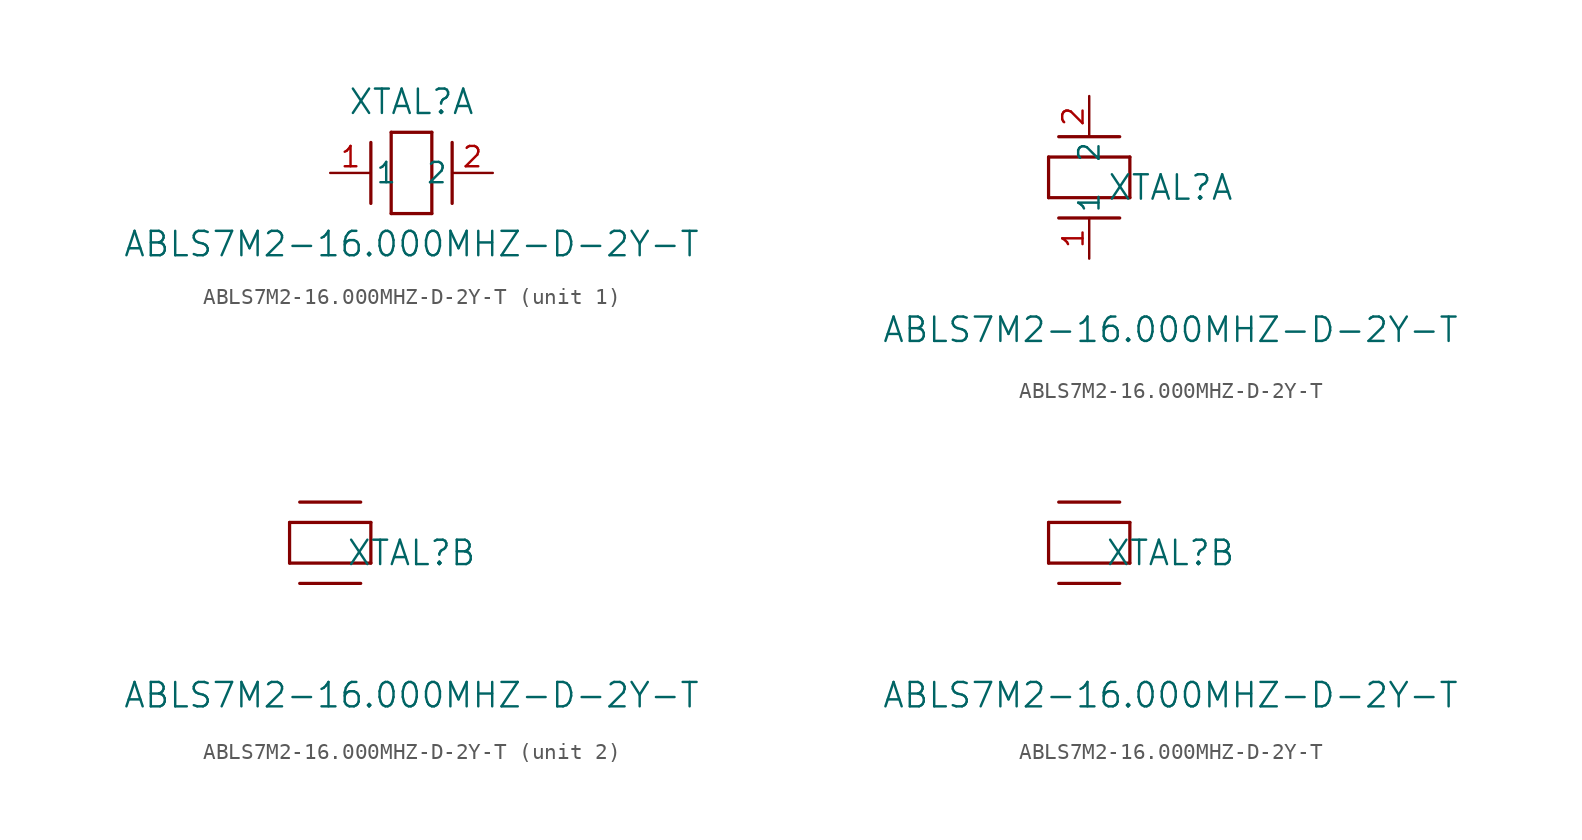
<source format=kicad_sym>
(kicad_symbol_lib
  (version 20211014)
  (generator kicad_symbol_editor)
  (symbol "ABLS7M2-16.000MHZ-D-2Y-T"
    (pin_names
      (offset 0.254))
    (property "Reference" "XTAL"
      (at 5.08 4.445 0)
      (effects (font (size 1.524 1.524))))
    (property "Value" "ABLS7M2-16.000MHZ-D-2Y-T"
      (at 5.08 -4.445 0)
      (effects (font (size 1.524 1.524))))
    (symbol "ABLS7M2-16.000MHZ-D-2Y-T_1_1"
      (polyline (pts (xy 2.54 -1.905) (xy 2.54 1.905)) (stroke (width 0.203) (type default) (color 0 0 0 0)) (fill (type none)))
      (polyline (pts (xy 6.35 2.54) (xy 6.35 -2.54)) (stroke (width 0.203) (type default) (color 0 0 0 0)) (fill (type none)))
      (polyline (pts (xy 7.62 -1.905) (xy 7.62 1.905)) (stroke (width 0.203) (type default) (color 0 0 0 0)) (fill (type none)))
      (polyline (pts (xy 6.35 -2.54) (xy 3.81 -2.54)) (stroke (width 0.203) (type default) (color 0 0 0 0)) (fill (type none)))
      (polyline (pts (xy 3.81 2.54) (xy 6.35 2.54)) (stroke (width 0.203) (type default) (color 0 0 0 0)) (fill (type none)))
      (polyline (pts (xy 3.81 -2.54) (xy 3.81 2.54)) (stroke (width 0.203) (type default) (color 0 0 0 0)) (fill (type none)))
      (pin unspecified line (at 0 0 0) (length 2.54) (name "1" (effects (font (size 1.27 1.27)))) (number "1" (effects (font (size 1.27 1.27)))))
      (pin unspecified line (at 10.16 0 180) (length 2.54) (name "2" (effects (font (size 1.27 1.27)))) (number "2" (effects (font (size 1.27 1.27))))))
    (symbol "ABLS7M2-16.000MHZ-D-2Y-T_1_2"
      (polyline (pts (xy 1.905 7.62) (xy -1.905 7.62)) (stroke (width 0.203) (type default) (color 0 0 0 0)) (fill (type none)))
      (polyline (pts (xy -2.54 3.81) (xy -2.54 6.35)) (stroke (width 0.203) (type default) (color 0 0 0 0)) (fill (type none)))
      (polyline (pts (xy 1.905 2.54) (xy -1.905 2.54)) (stroke (width 0.203) (type default) (color 0 0 0 0)) (fill (type none)))
      (polyline (pts (xy 2.54 6.35) (xy 2.54 3.81)) (stroke (width 0.203) (type default) (color 0 0 0 0)) (fill (type none)))
      (polyline (pts (xy -2.54 6.35) (xy 2.54 6.35)) (stroke (width 0.203) (type default) (color 0 0 0 0)) (fill (type none)))
      (polyline (pts (xy 2.54 3.81) (xy -2.54 3.81)) (stroke (width 0.203) (type default) (color 0 0 0 0)) (fill (type none)))
      (pin unspecified line (at 0 0 90) (length 2.54) (name "1" (effects (font (size 1.27 1.27)))) (number "1" (effects (font (size 1.27 1.27)))))
      (pin unspecified line (at 0 10.16 270) (length 2.54) (name "2" (effects (font (size 1.27 1.27)))) (number "2" (effects (font (size 1.27 1.27))))))
    (symbol "ABLS7M2-16.000MHZ-D-2Y-T_2_1"
      (polyline (pts (xy 1.905 7.62) (xy -1.905 7.62)) (stroke (width 0.203) (type default) (color 0 0 0 0)) (fill (type none)))
      (polyline (pts (xy -2.54 3.81) (xy -2.54 6.35)) (stroke (width 0.203) (type default) (color 0 0 0 0)) (fill (type none)))
      (polyline (pts (xy 1.905 2.54) (xy -1.905 2.54)) (stroke (width 0.203) (type default) (color 0 0 0 0)) (fill (type none)))
      (polyline (pts (xy 2.54 6.35) (xy 2.54 3.81)) (stroke (width 0.203) (type default) (color 0 0 0 0)) (fill (type none)))
      (polyline (pts (xy -2.54 6.35) (xy 2.54 6.35)) (stroke (width 0.203) (type default) (color 0 0 0 0)) (fill (type none)))
      (polyline (pts (xy 2.54 3.81) (xy -2.54 3.81)) (stroke (width 0.203) (type default) (color 0 0 0 0)) (fill (type none))))
    (symbol "ABLS7M2-16.000MHZ-D-2Y-T_2_2"
      (polyline (pts (xy 1.905 7.62) (xy -1.905 7.62)) (stroke (width 0.203) (type default) (color 0 0 0 0)) (fill (type none)))
      (polyline (pts (xy -2.54 3.81) (xy -2.54 6.35)) (stroke (width 0.203) (type default) (color 0 0 0 0)) (fill (type none)))
      (polyline (pts (xy 1.905 2.54) (xy -1.905 2.54)) (stroke (width 0.203) (type default) (color 0 0 0 0)) (fill (type none)))
      (polyline (pts (xy 2.54 6.35) (xy 2.54 3.81)) (stroke (width 0.203) (type default) (color 0 0 0 0)) (fill (type none)))
      (polyline (pts (xy -2.54 6.35) (xy 2.54 6.35)) (stroke (width 0.203) (type default) (color 0 0 0 0)) (fill (type none)))
      (polyline (pts (xy 2.54 3.81) (xy -2.54 3.81)) (stroke (width 0.203) (type default) (color 0 0 0 0)) (fill (type none))))))
</source>
